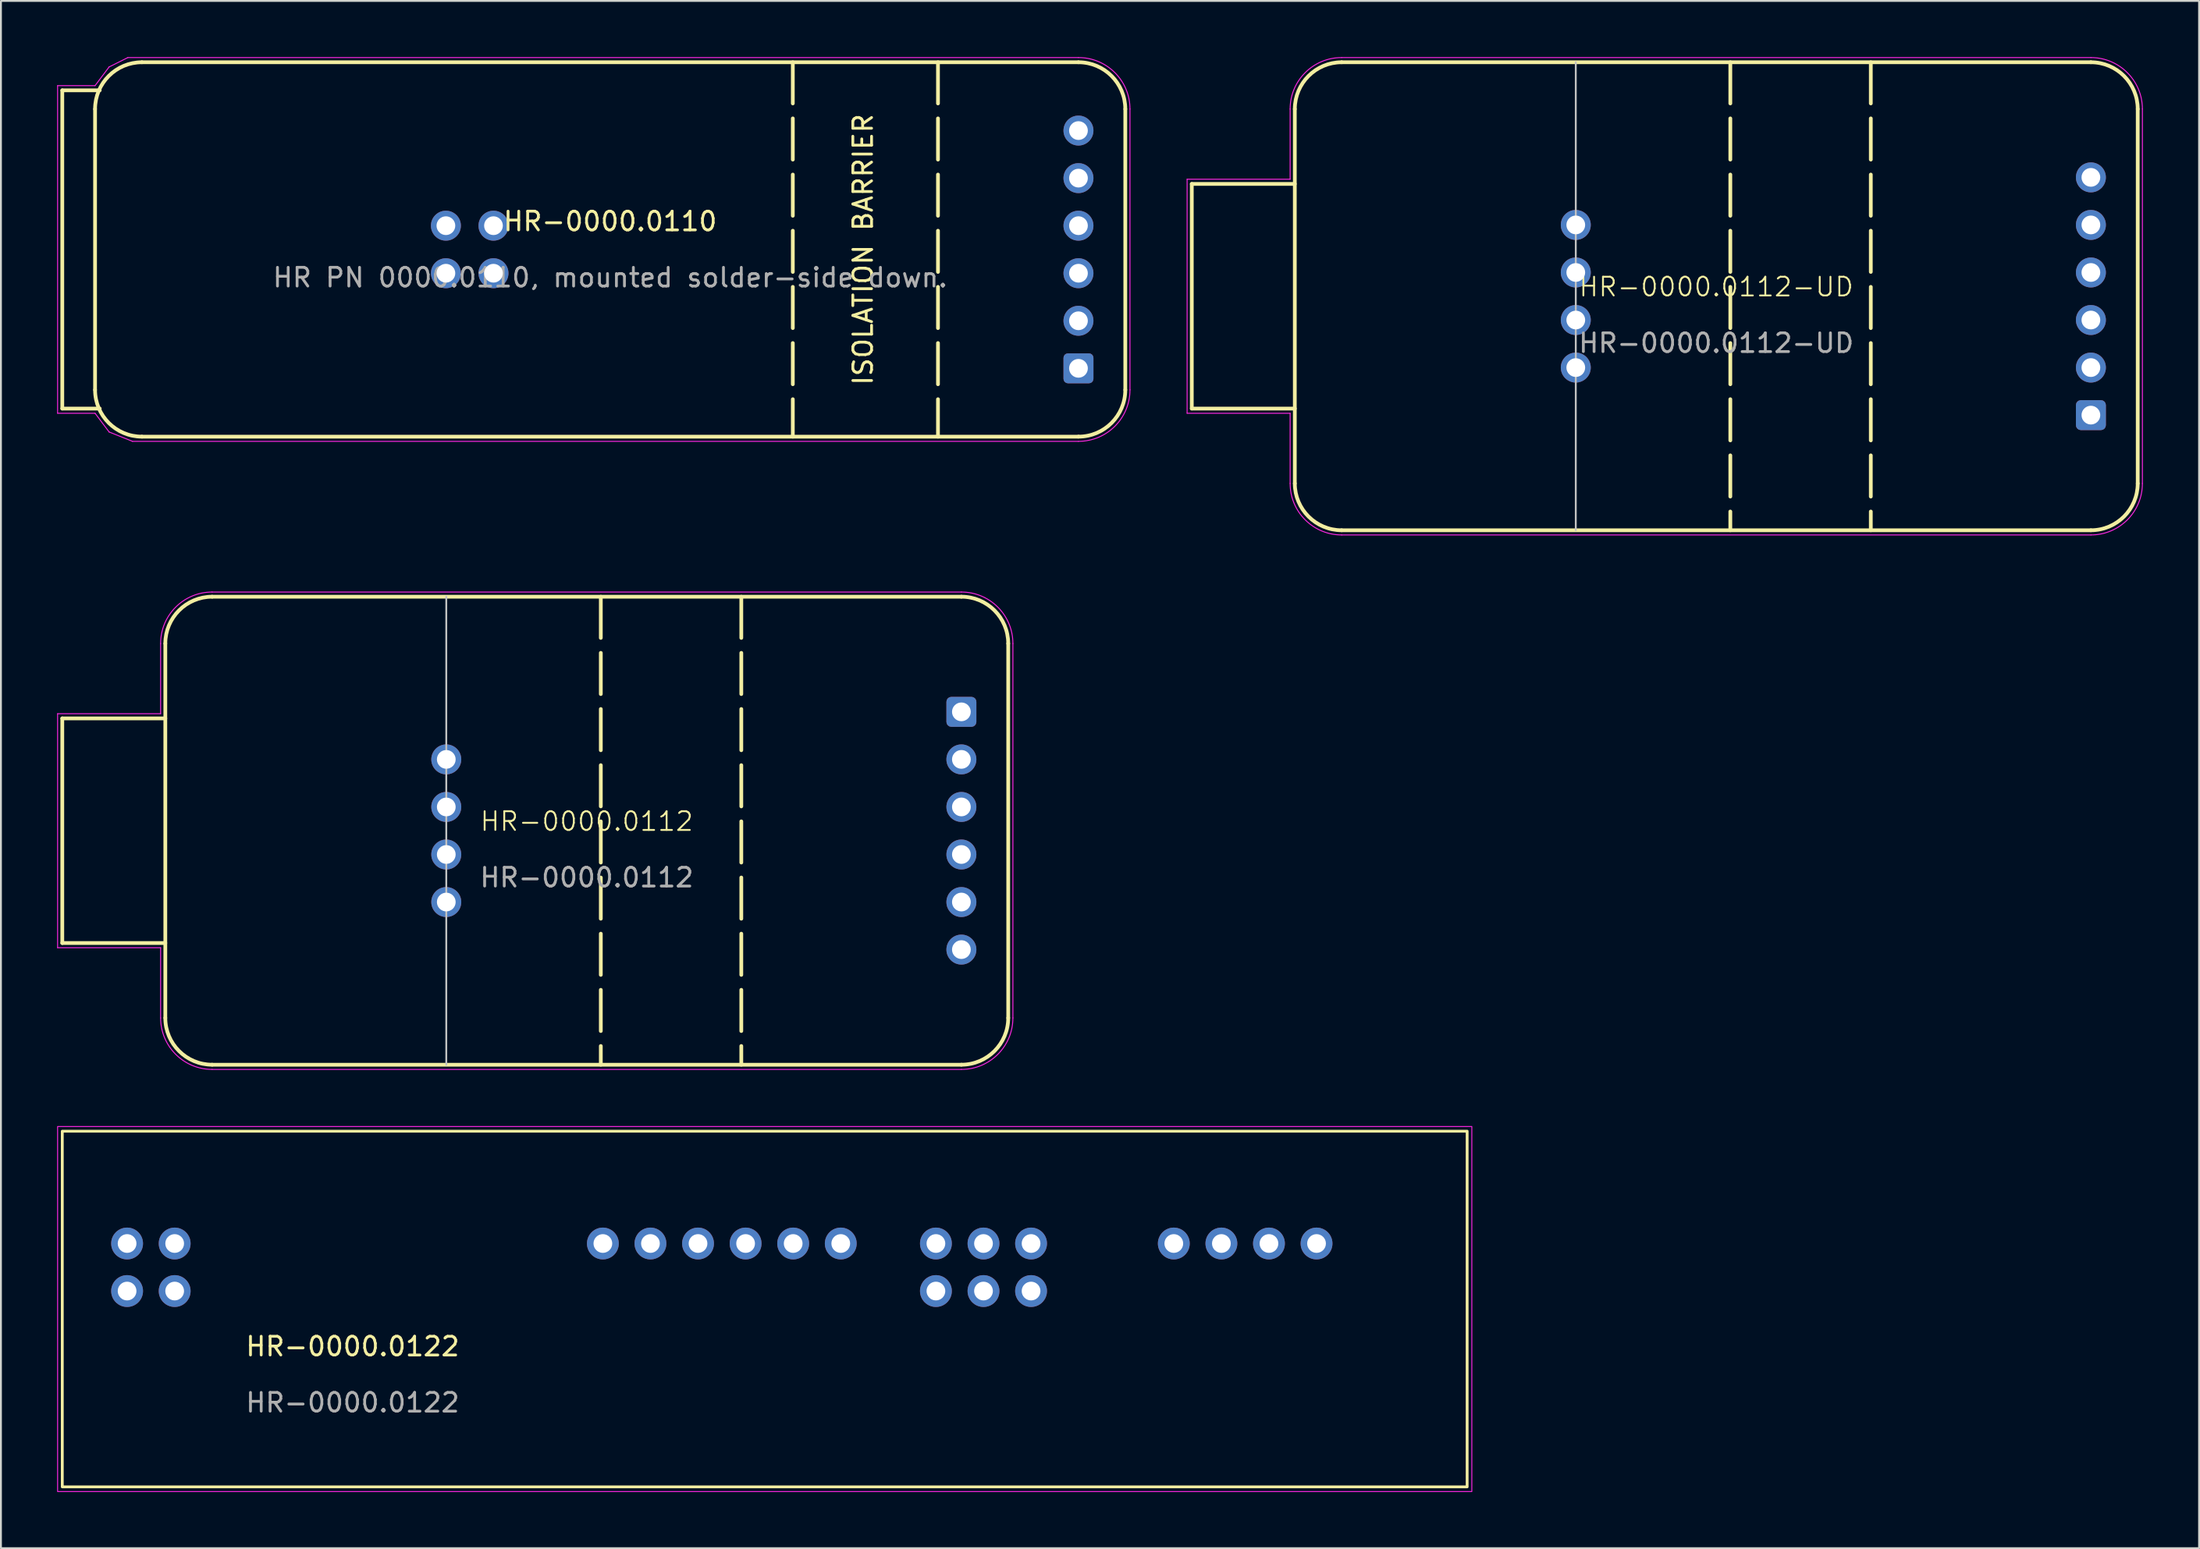
<source format=kicad_pcb>
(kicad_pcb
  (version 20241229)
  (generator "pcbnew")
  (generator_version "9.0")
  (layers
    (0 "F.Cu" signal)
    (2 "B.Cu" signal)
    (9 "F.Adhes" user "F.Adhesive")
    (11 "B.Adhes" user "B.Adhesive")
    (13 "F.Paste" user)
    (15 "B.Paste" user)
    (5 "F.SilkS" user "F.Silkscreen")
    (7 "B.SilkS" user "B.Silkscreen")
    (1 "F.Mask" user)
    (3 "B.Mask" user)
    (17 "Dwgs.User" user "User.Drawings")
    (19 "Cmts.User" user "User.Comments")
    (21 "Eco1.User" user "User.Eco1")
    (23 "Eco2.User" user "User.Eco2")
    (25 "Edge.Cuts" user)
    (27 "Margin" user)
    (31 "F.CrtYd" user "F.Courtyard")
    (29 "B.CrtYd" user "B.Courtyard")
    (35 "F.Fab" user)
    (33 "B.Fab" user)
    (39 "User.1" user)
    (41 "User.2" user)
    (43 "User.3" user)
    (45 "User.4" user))
  (footprint "HR-0000.0112"
    (layer "F.Cu")
    (at 20.775 41.325)
    (property "Reference" "HR-0000.0112" (at 7.5 -0.5 0) (unlocked yes) (layer "F.SilkS") (effects (font (size 1 1) (thickness 0.1))))
    (attr through_hole)
    (fp_line (start -20.5 -6) (end -20.5 6) (stroke (width 0.2) (type default)) (layer "F.SilkS"))
    (fp_line (start -20.5 6) (end -15 6) (stroke (width 0.2) (type default)) (layer "F.SilkS"))
    (fp_line (start -15 -6) (end -20.5 -6) (stroke (width 0.2) (type default)) (layer "F.SilkS"))
    (fp_line (start -15 10) (end -15 -10) (stroke (width 0.2) (type default)) (layer "F.SilkS"))
    (fp_line (start -12.5 -12.5) (end 27.5 -12.5) (stroke (width 0.2) (type default)) (layer "F.SilkS"))
    (fp_line (start 8.25 -12.5) (end 8.25 12.5) (stroke (width 0.2) (type dash)) (layer "F.SilkS"))
    (fp_line (start 15.75 -12.5) (end 15.75 12.5) (stroke (width 0.2) (type dash)) (layer "F.SilkS"))
    (fp_line (start 27.5 12.5) (end -12.5 12.5) (stroke (width 0.2) (type default)) (layer "F.SilkS"))
    (fp_line (start 30 -10) (end 30 10) (stroke (width 0.2) (type default)) (layer "F.SilkS"))
    (fp_arc (start -15 -10) (mid -14.267767 -11.767767) (end -12.5 -12.5) (stroke (width 0.2) (type default)) (layer "F.SilkS"))
    (fp_arc (start -12.5 12.5) (mid -14.267767 11.767767) (end -15 10) (stroke (width 0.2) (type default)) (layer "F.SilkS"))
    (fp_arc (start 27.5 -12.5) (mid 29.267767 -11.767767) (end 30 -10) (stroke (width 0.2) (type default)) (layer "F.SilkS"))
    (fp_arc (start 30 10) (mid 29.267767 11.767767) (end 27.5 12.5) (stroke (width 0.2) (type default)) (layer "F.SilkS"))
    (fp_line (start 0 -12.5) (end 0 12.5) (stroke (width 0.1) (type default)) (layer "Dwgs.User"))
    (fp_line (start -20.75 -6.25) (end -15.25 -6.25) (stroke (width 0.05) (type default)) (layer "F.CrtYd"))
    (fp_line (start -20.75 6.25) (end -20.75 -6.25) (stroke (width 0.05) (type default)) (layer "F.CrtYd"))
    (fp_line (start -15.25 -6.25) (end -15.25 -10) (stroke (width 0.05) (type default)) (layer "F.CrtYd"))
    (fp_line (start -15.25 6.25) (end -20.75 6.25) (stroke (width 0.05) (type default)) (layer "F.CrtYd"))
    (fp_line (start -15.25 10) (end -15.25 6.25) (stroke (width 0.05) (type default)) (layer "F.CrtYd"))
    (fp_line (start -12.5 12.75) (end 27.5 12.75) (stroke (width 0.05) (type default)) (layer "F.CrtYd"))
    (fp_line (start 27.5 -12.75) (end -12.5 -12.75) (stroke (width 0.05) (type default)) (layer "F.CrtYd"))
    (fp_line (start 30.25 10) (end 30.25 -10) (stroke (width 0.05) (type default)) (layer "F.CrtYd"))
    (fp_arc (start -15.25 -10) (mid -14.444544 -11.944544) (end -12.5 -12.75) (stroke (width 0.05) (type default)) (layer "F.CrtYd"))
    (fp_arc (start -12.5 12.75) (mid -14.444544 11.944544) (end -15.25 10) (stroke (width 0.05) (type default)) (layer "F.CrtYd"))
    (fp_arc (start 27.5 -12.75) (mid 29.444544 -11.944544) (end 30.25 -10) (stroke (width 0.05) (type default)) (layer "F.CrtYd"))
    (fp_arc (start 30.25 10) (mid 29.444544 11.944544) (end 27.5 12.75) (stroke (width 0.05) (type default)) (layer "F.CrtYd"))
    (fp_text user "${REFERENCE}" (at 7.5 2.5 0) (unlocked yes) (layer "F.Fab") (effects (font (size 1 1) (thickness 0.15))))
    (pad "1" thru_hole roundrect (at 27.5 -6.35) (size 1.6 1.6) (drill 1) (layers "*.Cu" "*.Mask") (roundrect_rratio 0.164))
    (pad "2" thru_hole circle (at 27.5 -3.81) (size 1.6 1.6) (drill 1) (layers "*.Cu" "*.Mask"))
    (pad "3" thru_hole circle (at 27.5 -1.27) (size 1.6 1.6) (drill 1) (layers "*.Cu" "*.Mask"))
    (pad "4" thru_hole circle (at 27.5 1.27) (size 1.6 1.6) (drill 1) (layers "*.Cu" "*.Mask"))
    (pad "5" thru_hole circle (at 27.5 3.81) (size 1.6 1.6) (drill 1) (layers "*.Cu" "*.Mask"))
    (pad "6" thru_hole circle (at 27.5 6.35) (size 1.6 1.6) (drill 1) (layers "*.Cu" "*.Mask"))
    (pad "7" thru_hole circle (at 0 3.81) (size 1.6 1.6) (drill 1) (layers "*.Cu" "*.Mask"))
    (pad "8" thru_hole circle (at 0 1.27) (size 1.6 1.6) (drill 1) (layers "*.Cu" "*.Mask"))
    (pad "9" thru_hole circle (at 0 -1.27) (size 1.6 1.6) (drill 1) (layers "*.Cu" "*.Mask"))
    (pad "10" thru_hole circle (at 0 -3.81) (size 1.6 1.6) (drill 1) (layers "*.Cu" "*.Mask")))
  (footprint "HR-0000.0122"
    (layer "F.Cu")
    (at 0.275 63.375)
    (property "Reference" "HR-0000.0122" (at 15.5 5.5 0) (unlocked yes) (layer "F.SilkS") (effects (font (size 1 1) (thickness 0.15))))
    (attr through_hole)
    (fp_rect (start 0 -6) (end 75 13) (stroke (width 0.15) (type default)) (fill no) (layer "F.SilkS"))
    (fp_rect (start -0.25 -6.25) (end 75.25 13.25) (stroke (width 0.05) (type default)) (fill no) (layer "F.CrtYd"))
    (fp_text user "${REFERENCE}" (at 15.5 8.5 0) (unlocked yes) (layer "F.Fab") (effects (font (size 1 1) (thickness 0.15))))
    (pad "1" thru_hole circle (at 3.46 0) (size 1.7 1.7) (drill 1) (layers "*.Cu" "*.Mask"))
    (pad "1" thru_hole circle (at 3.46 2.54) (size 1.7 1.7) (drill 1) (layers "*.Cu" "*.Mask"))
    (pad "1" thru_hole circle (at 6 0) (size 1.7 1.7) (drill 1) (layers "*.Cu" "*.Mask"))
    (pad "1" thru_hole circle (at 6 2.54) (size 1.7 1.7) (drill 1) (layers "*.Cu" "*.Mask"))
    (pad "2" thru_hole circle (at 28.86 0) (size 1.7 1.7) (drill 1) (layers "*.Cu" "*.Mask"))
    (pad "2" thru_hole circle (at 31.4 0) (size 1.7 1.7) (drill 1) (layers "*.Cu" "*.Mask"))
    (pad "2" thru_hole circle (at 33.94 0) (size 1.7 1.7) (drill 1) (layers "*.Cu" "*.Mask"))
    (pad "2" thru_hole circle (at 36.48 0) (size 1.7 1.7) (drill 1) (layers "*.Cu" "*.Mask"))
    (pad "2" thru_hole circle (at 39.02 0) (size 1.7 1.7) (drill 1) (layers "*.Cu" "*.Mask"))
    (pad "2" thru_hole circle (at 41.56 0) (size 1.7 1.7) (drill 1) (layers "*.Cu" "*.Mask"))
    (pad "3" thru_hole circle (at 46.64 0) (size 1.7 1.7) (drill 1) (layers "*.Cu" "*.Mask"))
    (pad "3" thru_hole circle (at 46.64 2.54) (size 1.7 1.7) (drill 1) (layers "*.Cu" "*.Mask"))
    (pad "3" thru_hole circle (at 49.18 0) (size 1.7 1.7) (drill 1) (layers "*.Cu" "*.Mask"))
    (pad "3" thru_hole circle (at 49.18 2.54) (size 1.7 1.7) (drill 1) (layers "*.Cu" "*.Mask"))
    (pad "3" thru_hole circle (at 51.72 0) (size 1.7 1.7) (drill 1) (layers "*.Cu" "*.Mask"))
    (pad "3" thru_hole circle (at 51.72 2.54) (size 1.7 1.7) (drill 1) (layers "*.Cu" "*.Mask"))
    (pad "4" thru_hole circle (at 59.34 0) (size 1.7 1.7) (drill 1) (layers "*.Cu" "*.Mask"))
    (pad "5" thru_hole circle (at 61.88 0) (size 1.7 1.7) (drill 1) (layers "*.Cu" "*.Mask"))
    (pad "6" thru_hole circle (at 64.42 0) (size 1.7 1.7) (drill 1) (layers "*.Cu" "*.Mask"))
    (pad "7" thru_hole circle (at 66.96 0) (size 1.7 1.7) (drill 1) (layers "*.Cu" "*.Mask")))
  (footprint "HR-0000.0110"
    (layer "F.Cu")
    (at 29.525 10.275)
    (property "Reference" "HR-0000.0110" (at 0 -1.5 0) (unlocked yes) (layer "F.SilkS") (effects (font (size 1 1) (thickness 0.15))))
    (property "Description" "HR PN 0000.0110, mounted solder-side down." (at 0 1.5 0) (unlocked yes) (layer "F.Fab") (effects (font (size 1 1) (thickness 0.15))))
    (attr through_hole)
    (fp_line (start -29.25 -8.5) (end -29.25 8.5) (stroke (width 0.2) (type default)) (layer "F.SilkS"))
    (fp_line (start -29.25 8.5) (end -27.25 8.5) (stroke (width 0.2) (type default)) (layer "F.SilkS"))
    (fp_line (start -27.5 7.5) (end -27.5 -7.5) (stroke (width 0.2) (type default)) (layer "F.SilkS"))
    (fp_line (start -27.25 -8.5) (end -29.25 -8.5) (stroke (width 0.2) (type default)) (layer "F.SilkS"))
    (fp_line (start -25 -10) (end 25 -10) (stroke (width 0.2) (type default)) (layer "F.SilkS"))
    (fp_line (start -25 10) (end 25 10) (stroke (width 0.2) (type default)) (layer "F.SilkS"))
    (fp_line (start 9.75 -10) (end 9.75 10) (stroke (width 0.2) (type dash)) (layer "F.SilkS"))
    (fp_line (start 17.5 -10) (end 17.5 10) (stroke (width 0.2) (type dash)) (layer "F.SilkS"))
    (fp_line (start 27.5 7.5) (end 27.5 -7.5) (stroke (width 0.2) (type default)) (layer "F.SilkS"))
    (fp_arc (start -27.5 -7.5) (mid -26.767767 -9.267767) (end -25 -10) (stroke (width 0.2) (type default)) (layer "F.SilkS"))
    (fp_arc (start -25 10) (mid -26.767767 9.267767) (end -27.5 7.5) (stroke (width 0.2) (type default)) (layer "F.SilkS"))
    (fp_arc (start 25 -10) (mid 26.767767 -9.267767) (end 27.5 -7.5) (stroke (width 0.2) (type default)) (layer "F.SilkS"))
    (fp_arc (start 27.5 7.5) (mid 26.767767 9.267767) (end 25 10) (stroke (width 0.2) (type default)) (layer "F.SilkS"))
    (fp_line (start -29.5 -8.75) (end -27.5 -8.75) (stroke (width 0.05) (type default)) (layer "F.CrtYd"))
    (fp_line (start -29.5 8.75) (end -29.5 -8.75) (stroke (width 0.05) (type default)) (layer "F.CrtYd"))
    (fp_line (start -29.5 8.75) (end -27.5 8.75) (stroke (width 0.05) (type default)) (layer "F.CrtYd"))
    (fp_line (start -26.75 -9.75) (end -27.5 -8.75) (stroke (width 0.05) (type default)) (layer "F.CrtYd"))
    (fp_line (start -26.75 9.75) (end -27.5 8.75) (stroke (width 0.05) (type default)) (layer "F.CrtYd"))
    (fp_line (start -25.75 -10.25) (end -26.75 -9.75) (stroke (width 0.05) (type default)) (layer "F.CrtYd"))
    (fp_line (start -25.75 -10.25) (end 25 -10.25) (stroke (width 0.05) (type default)) (layer "F.CrtYd"))
    (fp_line (start -25.5 10.25) (end -26.75 9.75) (stroke (width 0.05) (type default)) (layer "F.CrtYd"))
    (fp_line (start 25 10.25) (end -25.5 10.25) (stroke (width 0.05) (type default)) (layer "F.CrtYd"))
    (fp_line (start 27.75 -7.5) (end 27.75 7.5) (stroke (width 0.05) (type default)) (layer "F.CrtYd"))
    (fp_arc (start 25 -10.25) (mid 26.944544 -9.444544) (end 27.75 -7.5) (stroke (width 0.05) (type default)) (layer "F.CrtYd"))
    (fp_arc (start 27.75 7.5) (mid 26.944544 9.444544) (end 25 10.25) (stroke (width 0.05) (type default)) (layer "F.CrtYd"))
    (fp_text user "ISOLATION BARRIER" (at 13.5 0 90) (unlocked yes) (layer "F.SilkS") (effects (font (size 1 1) (thickness 0.15))))
    (pad "1" thru_hole roundrect (at 25 6.35) (size 1.6 1.6) (drill 1) (layers "*.Cu" "*.Mask") (roundrect_rratio 0.15))
    (pad "2" thru_hole circle (at 25 3.81) (size 1.6 1.6) (drill 1) (layers "*.Cu" "*.Mask"))
    (pad "3" thru_hole circle (at 25 1.27) (size 1.6 1.6) (drill 1) (layers "*.Cu" "*.Mask"))
    (pad "4" thru_hole circle (at 25 -1.27) (size 1.6 1.6) (drill 1) (layers "*.Cu" "*.Mask"))
    (pad "5" thru_hole circle (at 25 -3.81) (size 1.6 1.6) (drill 1) (layers "*.Cu" "*.Mask"))
    (pad "6" thru_hole circle (at 25 -6.35) (size 1.6 1.6) (drill 1) (layers "*.Cu" "*.Mask"))
    (pad "7" thru_hole circle (at -6.23 1.27) (size 1.6 1.6) (drill 1) (layers "*.Cu" "*.Mask"))
    (pad "8" thru_hole circle (at -8.77 1.27) (size 1.6 1.6) (drill 1) (layers "*.Cu" "*.Mask"))
    (pad "9" thru_hole circle (at -8.77 -1.27) (size 1.6 1.6) (drill 1) (layers "*.Cu" "*.Mask"))
    (pad "10" thru_hole circle (at -6.23 -1.27) (size 1.6 1.6) (drill 1) (layers "*.Cu" "*.Mask")))
  (footprint "HR-0000.0112-UD"
    (layer "F.Cu")
    (at 81.075 12.775)
    (property "Reference" "HR-0000.0112-UD" (at 7.5 -0.5 0) (unlocked yes) (layer "F.SilkS") (effects (font (size 1 1) (thickness 0.1))))
    (attr through_hole)
    (fp_line (start -20.5 -6) (end -20.5 6) (stroke (width 0.2) (type default)) (layer "F.SilkS"))
    (fp_line (start -20.5 6) (end -15 6) (stroke (width 0.2) (type default)) (layer "F.SilkS"))
    (fp_line (start -15 -6) (end -20.5 -6) (stroke (width 0.2) (type default)) (layer "F.SilkS"))
    (fp_line (start -15 10) (end -15 -10) (stroke (width 0.2) (type default)) (layer "F.SilkS"))
    (fp_line (start -12.5 -12.5) (end 27.5 -12.5) (stroke (width 0.2) (type default)) (layer "F.SilkS"))
    (fp_line (start 8.25 -12.5) (end 8.25 12.5) (stroke (width 0.2) (type dash)) (layer "F.SilkS"))
    (fp_line (start 15.75 -12.5) (end 15.75 12.5) (stroke (width 0.2) (type dash)) (layer "F.SilkS"))
    (fp_line (start 27.5 12.5) (end -12.5 12.5) (stroke (width 0.2) (type default)) (layer "F.SilkS"))
    (fp_line (start 30 -10) (end 30 10) (stroke (width 0.2) (type default)) (layer "F.SilkS"))
    (fp_arc (start -15 -10) (mid -14.267767 -11.767767) (end -12.5 -12.5) (stroke (width 0.2) (type default)) (layer "F.SilkS"))
    (fp_arc (start -12.5 12.5) (mid -14.267767 11.767767) (end -15 10) (stroke (width 0.2) (type default)) (layer "F.SilkS"))
    (fp_arc (start 27.5 -12.5) (mid 29.267767 -11.767767) (end 30 -10) (stroke (width 0.2) (type default)) (layer "F.SilkS"))
    (fp_arc (start 30 10) (mid 29.267767 11.767767) (end 27.5 12.5) (stroke (width 0.2) (type default)) (layer "F.SilkS"))
    (fp_line (start 0 -12.5) (end 0 12.5) (stroke (width 0.1) (type default)) (layer "Dwgs.User"))
    (fp_line (start -20.75 -6.25) (end -15.25 -6.25) (stroke (width 0.05) (type default)) (layer "F.CrtYd"))
    (fp_line (start -20.75 6.25) (end -20.75 -6.25) (stroke (width 0.05) (type default)) (layer "F.CrtYd"))
    (fp_line (start -15.25 -6.25) (end -15.25 -10) (stroke (width 0.05) (type default)) (layer "F.CrtYd"))
    (fp_line (start -15.25 6.25) (end -20.75 6.25) (stroke (width 0.05) (type default)) (layer "F.CrtYd"))
    (fp_line (start -15.25 10) (end -15.25 6.25) (stroke (width 0.05) (type default)) (layer "F.CrtYd"))
    (fp_line (start -12.5 12.75) (end 27.5 12.75) (stroke (width 0.05) (type default)) (layer "F.CrtYd"))
    (fp_line (start 27.5 -12.75) (end -12.5 -12.75) (stroke (width 0.05) (type default)) (layer "F.CrtYd"))
    (fp_line (start 30.25 10) (end 30.25 -10) (stroke (width 0.05) (type default)) (layer "F.CrtYd"))
    (fp_arc (start -15.25 -10) (mid -14.444544 -11.944544) (end -12.5 -12.75) (stroke (width 0.05) (type default)) (layer "F.CrtYd"))
    (fp_arc (start -12.5 12.75) (mid -14.444544 11.944544) (end -15.25 10) (stroke (width 0.05) (type default)) (layer "F.CrtYd"))
    (fp_arc (start 27.5 -12.75) (mid 29.444544 -11.944544) (end 30.25 -10) (stroke (width 0.05) (type default)) (layer "F.CrtYd"))
    (fp_arc (start 30.25 10) (mid 29.444544 11.944544) (end 27.5 12.75) (stroke (width 0.05) (type default)) (layer "F.CrtYd"))
    (fp_text user "${REFERENCE}" (at 7.5 2.5 0) (unlocked yes) (layer "F.Fab") (effects (font (size 1 1) (thickness 0.15))))
    (pad "1" thru_hole roundrect (at 27.5 6.35 180) (size 1.6 1.6) (drill 1) (layers "*.Cu" "*.Mask") (roundrect_rratio 0.164))
    (pad "2" thru_hole circle (at 27.5 3.81 180) (size 1.6 1.6) (drill 1) (layers "*.Cu" "*.Mask"))
    (pad "3" thru_hole circle (at 27.5 1.27 180) (size 1.6 1.6) (drill 1) (layers "*.Cu" "*.Mask"))
    (pad "4" thru_hole circle (at 27.5 -1.27 180) (size 1.6 1.6) (drill 1) (layers "*.Cu" "*.Mask"))
    (pad "5" thru_hole circle (at 27.5 -3.81 180) (size 1.6 1.6) (drill 1) (layers "*.Cu" "*.Mask"))
    (pad "6" thru_hole circle (at 27.5 -6.35 180) (size 1.6 1.6) (drill 1) (layers "*.Cu" "*.Mask"))
    (pad "7" thru_hole circle (at 0 -3.81 180) (size 1.6 1.6) (drill 1) (layers "*.Cu" "*.Mask"))
    (pad "8" thru_hole circle (at 0 -1.27 180) (size 1.6 1.6) (drill 1) (layers "*.Cu" "*.Mask"))
    (pad "9" thru_hole circle (at 0 1.27 180) (size 1.6 1.6) (drill 1) (layers "*.Cu" "*.Mask"))
    (pad "10" thru_hole circle (at 0 3.81 180) (size 1.6 1.6) (drill 1) (layers "*.Cu" "*.Mask")))
  (gr_rect
    (start -3 -3)
    (end 114.35 79.65)
    (stroke (width 0.1) (type default))
    (fill no)
    (layer "Edge.Cuts")))
</source>
